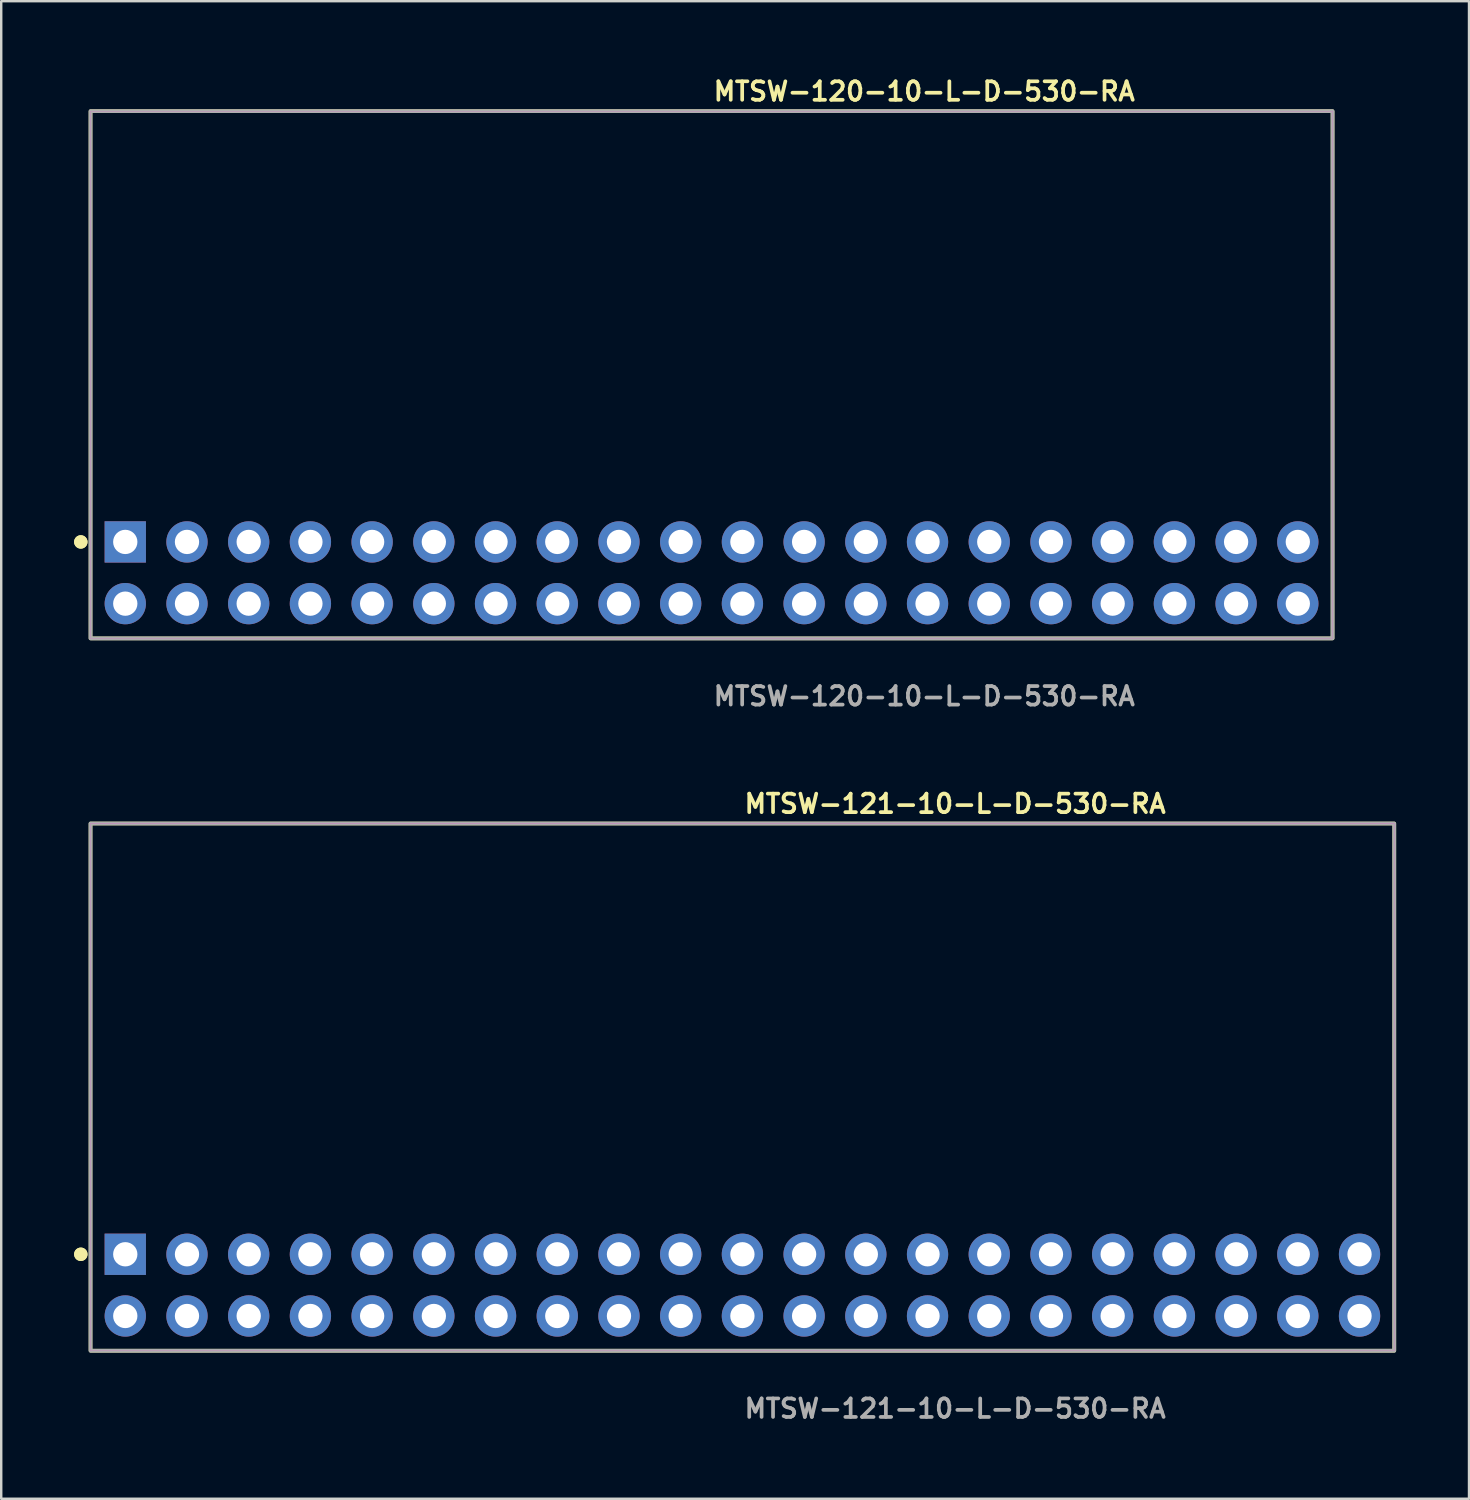
<source format=kicad_pcb>
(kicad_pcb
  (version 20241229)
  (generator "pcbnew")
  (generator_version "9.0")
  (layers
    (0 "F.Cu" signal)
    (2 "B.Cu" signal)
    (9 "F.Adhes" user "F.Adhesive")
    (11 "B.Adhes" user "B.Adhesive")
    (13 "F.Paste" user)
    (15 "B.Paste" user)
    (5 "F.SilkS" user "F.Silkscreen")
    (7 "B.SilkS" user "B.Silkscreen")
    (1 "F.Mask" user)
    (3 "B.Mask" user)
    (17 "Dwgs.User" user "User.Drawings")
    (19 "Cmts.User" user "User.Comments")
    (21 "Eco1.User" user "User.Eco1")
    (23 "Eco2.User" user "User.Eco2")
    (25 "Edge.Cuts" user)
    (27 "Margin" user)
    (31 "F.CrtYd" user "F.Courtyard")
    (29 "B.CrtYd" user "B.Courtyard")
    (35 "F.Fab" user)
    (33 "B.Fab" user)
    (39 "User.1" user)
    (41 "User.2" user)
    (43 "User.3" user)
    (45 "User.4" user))
  (footprint "MTSW-121-10-L-D-530-RA"
    (layer "F.Cu")
    (at 27.506 49.844)
    (property "Reference" "MTSW-121-10-L-D-530-RA" (at 0 -19.812 0) (unlocked yes) (layer "F.SilkS") (effects (font (size 0.762 0.762) (thickness 0.152)) (justify left)))
    (fp_rect (start -26.83 2.7) (end 26.83 -19) (stroke (width 0.152) (type solid)) (fill no) (layer "F.SilkS"))
    (fp_circle (center -27.23 -1.27) (end -27.43 -1.27) (stroke (width 0.152) (type solid)) (fill yes) (layer "F.SilkS"))
    (fp_circle (center -27.23 -1.27) (end -27.43 -1.27) (stroke (width 0.152) (type solid)) (fill yes) (layer "F.SilkS"))
    (fp_rect (start -26.83 2.7) (end 26.83 -19) (stroke (width 0.006) (type solid)) (fill no) (layer "F.CrtYd"))
    (fp_rect (start -26.83 2.7) (end 26.83 -19) (stroke (width 0.152) (type solid)) (fill no) (layer "F.Fab"))
    (fp_text user "${REFERENCE}" (at 0 5.08 0) (unlocked yes) (layer "F.Fab") (effects (font (size 0.762 0.762) (thickness 0.152)) (justify left)))
    (pad "1" thru_hole rect (at -25.4 -1.27) (size 1.7 1.7) (drill 1) (layers "*.Cu" "*.Mask"))
    (pad "2" thru_hole circle (at -25.4 1.27) (size 1.7 1.7) (drill 1) (layers "*.Cu" "*.Mask"))
    (pad "3" thru_hole circle (at -22.86 -1.27) (size 1.7 1.7) (drill 1) (layers "*.Cu" "*.Mask"))
    (pad "4" thru_hole circle (at -22.86 1.27) (size 1.7 1.7) (drill 1) (layers "*.Cu" "*.Mask"))
    (pad "5" thru_hole circle (at -20.32 -1.27) (size 1.7 1.7) (drill 1) (layers "*.Cu" "*.Mask"))
    (pad "6" thru_hole circle (at -20.32 1.27) (size 1.7 1.7) (drill 1) (layers "*.Cu" "*.Mask"))
    (pad "7" thru_hole circle (at -17.78 -1.27) (size 1.7 1.7) (drill 1) (layers "*.Cu" "*.Mask"))
    (pad "8" thru_hole circle (at -17.78 1.27) (size 1.7 1.7) (drill 1) (layers "*.Cu" "*.Mask"))
    (pad "9" thru_hole circle (at -15.24 -1.27) (size 1.7 1.7) (drill 1) (layers "*.Cu" "*.Mask"))
    (pad "10" thru_hole circle (at -15.24 1.27) (size 1.7 1.7) (drill 1) (layers "*.Cu" "*.Mask"))
    (pad "11" thru_hole circle (at -12.7 -1.27) (size 1.7 1.7) (drill 1) (layers "*.Cu" "*.Mask"))
    (pad "12" thru_hole circle (at -12.7 1.27) (size 1.7 1.7) (drill 1) (layers "*.Cu" "*.Mask"))
    (pad "13" thru_hole circle (at -10.16 -1.27) (size 1.7 1.7) (drill 1) (layers "*.Cu" "*.Mask"))
    (pad "14" thru_hole circle (at -10.16 1.27) (size 1.7 1.7) (drill 1) (layers "*.Cu" "*.Mask"))
    (pad "15" thru_hole circle (at -7.62 -1.27) (size 1.7 1.7) (drill 1) (layers "*.Cu" "*.Mask"))
    (pad "16" thru_hole circle (at -7.62 1.27) (size 1.7 1.7) (drill 1) (layers "*.Cu" "*.Mask"))
    (pad "17" thru_hole circle (at -5.08 -1.27) (size 1.7 1.7) (drill 1) (layers "*.Cu" "*.Mask"))
    (pad "18" thru_hole circle (at -5.08 1.27) (size 1.7 1.7) (drill 1) (layers "*.Cu" "*.Mask"))
    (pad "19" thru_hole circle (at -2.54 -1.27) (size 1.7 1.7) (drill 1) (layers "*.Cu" "*.Mask"))
    (pad "20" thru_hole circle (at -2.54 1.27) (size 1.7 1.7) (drill 1) (layers "*.Cu" "*.Mask"))
    (pad "21" thru_hole circle (at 0 -1.27) (size 1.7 1.7) (drill 1) (layers "*.Cu" "*.Mask"))
    (pad "22" thru_hole circle (at 0 1.27) (size 1.7 1.7) (drill 1) (layers "*.Cu" "*.Mask"))
    (pad "23" thru_hole circle (at 2.54 -1.27) (size 1.7 1.7) (drill 1) (layers "*.Cu" "*.Mask"))
    (pad "24" thru_hole circle (at 2.54 1.27) (size 1.7 1.7) (drill 1) (layers "*.Cu" "*.Mask"))
    (pad "25" thru_hole circle (at 5.08 -1.27) (size 1.7 1.7) (drill 1) (layers "*.Cu" "*.Mask"))
    (pad "26" thru_hole circle (at 5.08 1.27) (size 1.7 1.7) (drill 1) (layers "*.Cu" "*.Mask"))
    (pad "27" thru_hole circle (at 7.62 -1.27) (size 1.7 1.7) (drill 1) (layers "*.Cu" "*.Mask"))
    (pad "28" thru_hole circle (at 7.62 1.27) (size 1.7 1.7) (drill 1) (layers "*.Cu" "*.Mask"))
    (pad "29" thru_hole circle (at 10.16 -1.27) (size 1.7 1.7) (drill 1) (layers "*.Cu" "*.Mask"))
    (pad "30" thru_hole circle (at 10.16 1.27) (size 1.7 1.7) (drill 1) (layers "*.Cu" "*.Mask"))
    (pad "31" thru_hole circle (at 12.7 -1.27) (size 1.7 1.7) (drill 1) (layers "*.Cu" "*.Mask"))
    (pad "32" thru_hole circle (at 12.7 1.27) (size 1.7 1.7) (drill 1) (layers "*.Cu" "*.Mask"))
    (pad "33" thru_hole circle (at 15.24 -1.27) (size 1.7 1.7) (drill 1) (layers "*.Cu" "*.Mask"))
    (pad "34" thru_hole circle (at 15.24 1.27) (size 1.7 1.7) (drill 1) (layers "*.Cu" "*.Mask"))
    (pad "35" thru_hole circle (at 17.78 -1.27) (size 1.7 1.7) (drill 1) (layers "*.Cu" "*.Mask"))
    (pad "36" thru_hole circle (at 17.78 1.27) (size 1.7 1.7) (drill 1) (layers "*.Cu" "*.Mask"))
    (pad "37" thru_hole circle (at 20.32 -1.27) (size 1.7 1.7) (drill 1) (layers "*.Cu" "*.Mask"))
    (pad "38" thru_hole circle (at 20.32 1.27) (size 1.7 1.7) (drill 1) (layers "*.Cu" "*.Mask"))
    (pad "39" thru_hole circle (at 22.86 -1.27) (size 1.7 1.7) (drill 1) (layers "*.Cu" "*.Mask"))
    (pad "40" thru_hole circle (at 22.86 1.27) (size 1.7 1.7) (drill 1) (layers "*.Cu" "*.Mask"))
    (pad "41" thru_hole circle (at 25.4 -1.27) (size 1.7 1.7) (drill 1) (layers "*.Cu" "*.Mask"))
    (pad "42" thru_hole circle (at 25.4 1.27) (size 1.7 1.7) (drill 1) (layers "*.Cu" "*.Mask")))
  (footprint "MTSW-120-10-L-D-530-RA"
    (layer "F.Cu")
    (at 26.236 20.525)
    (property "Reference" "MTSW-120-10-L-D-530-RA" (at 0 -19.812 0) (unlocked yes) (layer "F.SilkS") (effects (font (size 0.762 0.762) (thickness 0.152)) (justify left)))
    (fp_rect (start -25.56 2.7) (end 25.56 -19) (stroke (width 0.152) (type solid)) (fill no) (layer "F.SilkS"))
    (fp_circle (center -25.96 -1.27) (end -26.16 -1.27) (stroke (width 0.152) (type solid)) (fill yes) (layer "F.SilkS"))
    (fp_circle (center -25.96 -1.27) (end -26.16 -1.27) (stroke (width 0.152) (type solid)) (fill yes) (layer "F.SilkS"))
    (fp_rect (start -25.56 2.7) (end 25.56 -19) (stroke (width 0.006) (type solid)) (fill no) (layer "F.CrtYd"))
    (fp_rect (start -25.56 2.7) (end 25.56 -19) (stroke (width 0.152) (type solid)) (fill no) (layer "F.Fab"))
    (fp_text user "${REFERENCE}" (at 0 5.08 0) (unlocked yes) (layer "F.Fab") (effects (font (size 0.762 0.762) (thickness 0.152)) (justify left)))
    (pad "1" thru_hole rect (at -24.13 -1.27) (size 1.7 1.7) (drill 1) (layers "*.Cu" "*.Mask"))
    (pad "2" thru_hole circle (at -24.13 1.27) (size 1.7 1.7) (drill 1) (layers "*.Cu" "*.Mask"))
    (pad "3" thru_hole circle (at -21.59 -1.27) (size 1.7 1.7) (drill 1) (layers "*.Cu" "*.Mask"))
    (pad "4" thru_hole circle (at -21.59 1.27) (size 1.7 1.7) (drill 1) (layers "*.Cu" "*.Mask"))
    (pad "5" thru_hole circle (at -19.05 -1.27) (size 1.7 1.7) (drill 1) (layers "*.Cu" "*.Mask"))
    (pad "6" thru_hole circle (at -19.05 1.27) (size 1.7 1.7) (drill 1) (layers "*.Cu" "*.Mask"))
    (pad "7" thru_hole circle (at -16.51 -1.27) (size 1.7 1.7) (drill 1) (layers "*.Cu" "*.Mask"))
    (pad "8" thru_hole circle (at -16.51 1.27) (size 1.7 1.7) (drill 1) (layers "*.Cu" "*.Mask"))
    (pad "9" thru_hole circle (at -13.97 -1.27) (size 1.7 1.7) (drill 1) (layers "*.Cu" "*.Mask"))
    (pad "10" thru_hole circle (at -13.97 1.27) (size 1.7 1.7) (drill 1) (layers "*.Cu" "*.Mask"))
    (pad "11" thru_hole circle (at -11.43 -1.27) (size 1.7 1.7) (drill 1) (layers "*.Cu" "*.Mask"))
    (pad "12" thru_hole circle (at -11.43 1.27) (size 1.7 1.7) (drill 1) (layers "*.Cu" "*.Mask"))
    (pad "13" thru_hole circle (at -8.89 -1.27) (size 1.7 1.7) (drill 1) (layers "*.Cu" "*.Mask"))
    (pad "14" thru_hole circle (at -8.89 1.27) (size 1.7 1.7) (drill 1) (layers "*.Cu" "*.Mask"))
    (pad "15" thru_hole circle (at -6.35 -1.27) (size 1.7 1.7) (drill 1) (layers "*.Cu" "*.Mask"))
    (pad "16" thru_hole circle (at -6.35 1.27) (size 1.7 1.7) (drill 1) (layers "*.Cu" "*.Mask"))
    (pad "17" thru_hole circle (at -3.81 -1.27) (size 1.7 1.7) (drill 1) (layers "*.Cu" "*.Mask"))
    (pad "18" thru_hole circle (at -3.81 1.27) (size 1.7 1.7) (drill 1) (layers "*.Cu" "*.Mask"))
    (pad "19" thru_hole circle (at -1.27 -1.27) (size 1.7 1.7) (drill 1) (layers "*.Cu" "*.Mask"))
    (pad "20" thru_hole circle (at -1.27 1.27) (size 1.7 1.7) (drill 1) (layers "*.Cu" "*.Mask"))
    (pad "21" thru_hole circle (at 1.27 -1.27) (size 1.7 1.7) (drill 1) (layers "*.Cu" "*.Mask"))
    (pad "22" thru_hole circle (at 1.27 1.27) (size 1.7 1.7) (drill 1) (layers "*.Cu" "*.Mask"))
    (pad "23" thru_hole circle (at 3.81 -1.27) (size 1.7 1.7) (drill 1) (layers "*.Cu" "*.Mask"))
    (pad "24" thru_hole circle (at 3.81 1.27) (size 1.7 1.7) (drill 1) (layers "*.Cu" "*.Mask"))
    (pad "25" thru_hole circle (at 6.35 -1.27) (size 1.7 1.7) (drill 1) (layers "*.Cu" "*.Mask"))
    (pad "26" thru_hole circle (at 6.35 1.27) (size 1.7 1.7) (drill 1) (layers "*.Cu" "*.Mask"))
    (pad "27" thru_hole circle (at 8.89 -1.27) (size 1.7 1.7) (drill 1) (layers "*.Cu" "*.Mask"))
    (pad "28" thru_hole circle (at 8.89 1.27) (size 1.7 1.7) (drill 1) (layers "*.Cu" "*.Mask"))
    (pad "29" thru_hole circle (at 11.43 -1.27) (size 1.7 1.7) (drill 1) (layers "*.Cu" "*.Mask"))
    (pad "30" thru_hole circle (at 11.43 1.27) (size 1.7 1.7) (drill 1) (layers "*.Cu" "*.Mask"))
    (pad "31" thru_hole circle (at 13.97 -1.27) (size 1.7 1.7) (drill 1) (layers "*.Cu" "*.Mask"))
    (pad "32" thru_hole circle (at 13.97 1.27) (size 1.7 1.7) (drill 1) (layers "*.Cu" "*.Mask"))
    (pad "33" thru_hole circle (at 16.51 -1.27) (size 1.7 1.7) (drill 1) (layers "*.Cu" "*.Mask"))
    (pad "34" thru_hole circle (at 16.51 1.27) (size 1.7 1.7) (drill 1) (layers "*.Cu" "*.Mask"))
    (pad "35" thru_hole circle (at 19.05 -1.27) (size 1.7 1.7) (drill 1) (layers "*.Cu" "*.Mask"))
    (pad "36" thru_hole circle (at 19.05 1.27) (size 1.7 1.7) (drill 1) (layers "*.Cu" "*.Mask"))
    (pad "37" thru_hole circle (at 21.59 -1.27) (size 1.7 1.7) (drill 1) (layers "*.Cu" "*.Mask"))
    (pad "38" thru_hole circle (at 21.59 1.27) (size 1.7 1.7) (drill 1) (layers "*.Cu" "*.Mask"))
    (pad "39" thru_hole circle (at 24.13 -1.27) (size 1.7 1.7) (drill 1) (layers "*.Cu" "*.Mask"))
    (pad "40" thru_hole circle (at 24.13 1.27) (size 1.7 1.7) (drill 1) (layers "*.Cu" "*.Mask")))
  (gr_rect
    (start -3 -3)
    (end 57.412 58.637)
    (stroke (width 0.1) (type default))
    (fill no)
    (layer "Edge.Cuts")))
</source>
